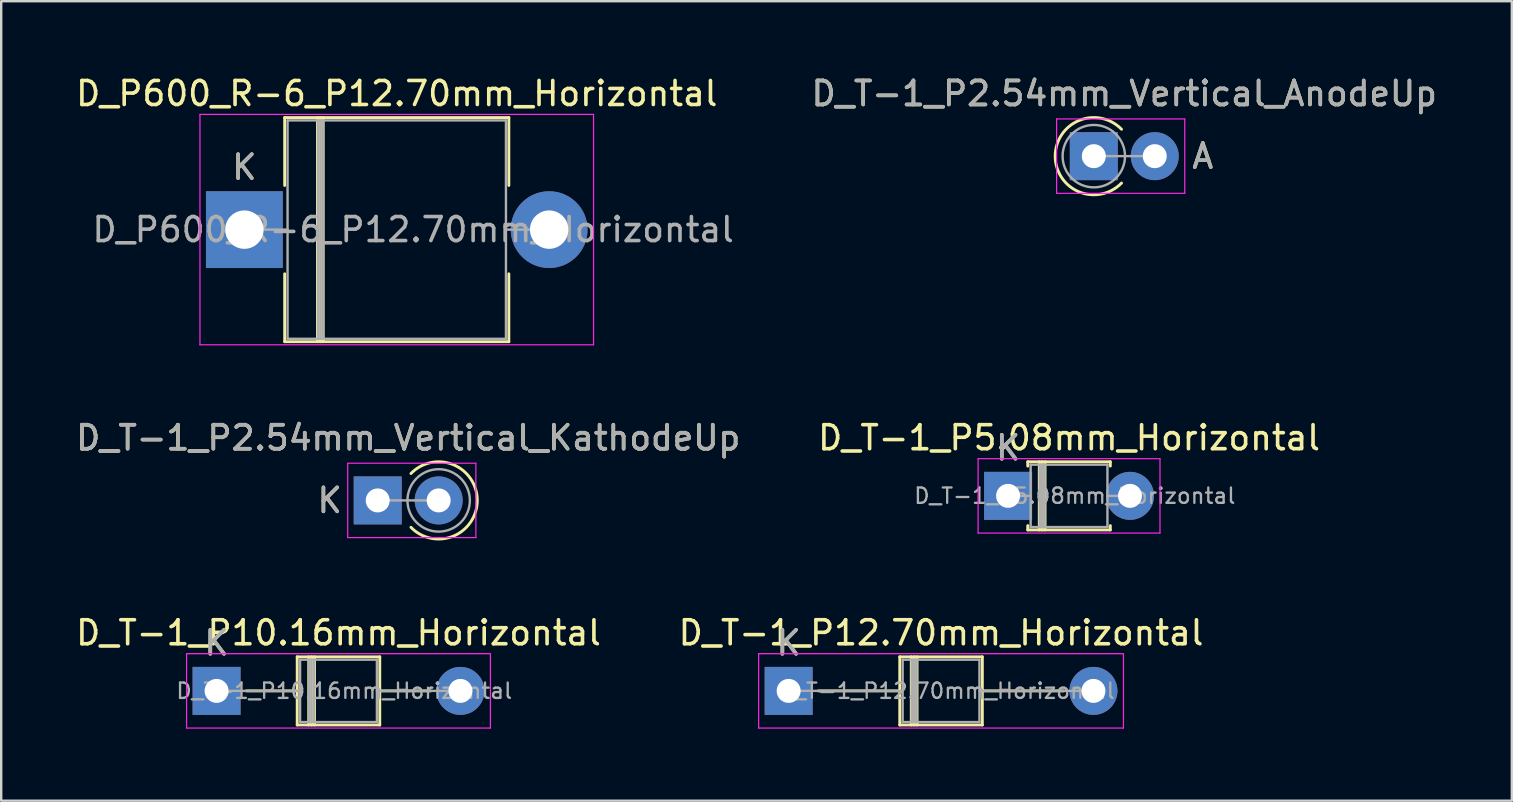
<source format=kicad_pcb>
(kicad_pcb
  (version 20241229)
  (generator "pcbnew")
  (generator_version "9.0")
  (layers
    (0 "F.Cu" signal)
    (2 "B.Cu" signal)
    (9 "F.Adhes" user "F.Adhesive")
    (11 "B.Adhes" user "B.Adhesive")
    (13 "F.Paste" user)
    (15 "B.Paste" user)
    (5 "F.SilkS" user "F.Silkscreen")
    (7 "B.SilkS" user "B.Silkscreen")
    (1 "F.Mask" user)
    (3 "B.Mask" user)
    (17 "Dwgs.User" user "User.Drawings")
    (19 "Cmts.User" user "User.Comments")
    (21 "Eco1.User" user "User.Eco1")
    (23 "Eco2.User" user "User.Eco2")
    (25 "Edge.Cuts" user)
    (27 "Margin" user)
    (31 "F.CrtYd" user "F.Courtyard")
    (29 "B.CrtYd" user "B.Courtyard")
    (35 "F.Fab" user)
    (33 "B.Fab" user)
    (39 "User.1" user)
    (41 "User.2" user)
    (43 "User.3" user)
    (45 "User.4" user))
  (footprint "D_P600_R-6_P12.70mm_Horizontal"
    (layer "F.Cu")
    (at 7.132 6.518)
    (property "Reference" "D_P600_R-6_P12.70mm_Horizontal" (at 6.35 -5.67 0) (layer "F.SilkS") (effects (font (size 1 1) (thickness 0.15))))
    (attr through_hole)
    (fp_line (start 1.68 -4.67) (end 11.02 -4.67) (stroke (width 0.12) (type solid)) (layer "F.SilkS"))
    (fp_line (start 1.68 -1.84) (end 1.68 -4.67) (stroke (width 0.12) (type solid)) (layer "F.SilkS"))
    (fp_line (start 1.68 1.84) (end 1.68 4.67) (stroke (width 0.12) (type solid)) (layer "F.SilkS"))
    (fp_line (start 1.68 4.67) (end 11.02 4.67) (stroke (width 0.12) (type solid)) (layer "F.SilkS"))
    (fp_line (start 3.045 -4.67) (end 3.045 4.67) (stroke (width 0.12) (type solid)) (layer "F.SilkS"))
    (fp_line (start 3.165 -4.67) (end 3.165 4.67) (stroke (width 0.12) (type solid)) (layer "F.SilkS"))
    (fp_line (start 3.285 -4.67) (end 3.285 4.67) (stroke (width 0.12) (type solid)) (layer "F.SilkS"))
    (fp_line (start 11.02 -4.67) (end 11.02 -1.84) (stroke (width 0.12) (type solid)) (layer "F.SilkS"))
    (fp_line (start 11.02 4.67) (end 11.02 1.84) (stroke (width 0.12) (type solid)) (layer "F.SilkS"))
    (fp_line (start -1.85 -4.8) (end -1.85 4.8) (stroke (width 0.05) (type solid)) (layer "F.CrtYd"))
    (fp_line (start -1.85 4.8) (end 14.55 4.8) (stroke (width 0.05) (type solid)) (layer "F.CrtYd"))
    (fp_line (start 14.55 -4.8) (end -1.85 -4.8) (stroke (width 0.05) (type solid)) (layer "F.CrtYd"))
    (fp_line (start 14.55 4.8) (end 14.55 -4.8) (stroke (width 0.05) (type solid)) (layer "F.CrtYd"))
    (fp_line (start 0 0) (end 1.8 0) (stroke (width 0.1) (type solid)) (layer "F.Fab"))
    (fp_line (start 1.8 -4.55) (end 1.8 4.55) (stroke (width 0.1) (type solid)) (layer "F.Fab"))
    (fp_line (start 1.8 4.55) (end 10.9 4.55) (stroke (width 0.1) (type solid)) (layer "F.Fab"))
    (fp_line (start 3.065 -4.55) (end 3.065 4.55) (stroke (width 0.1) (type solid)) (layer "F.Fab"))
    (fp_line (start 3.165 -4.55) (end 3.165 4.55) (stroke (width 0.1) (type solid)) (layer "F.Fab"))
    (fp_line (start 3.265 -4.55) (end 3.265 4.55) (stroke (width 0.1) (type solid)) (layer "F.Fab"))
    (fp_line (start 10.9 -4.55) (end 1.8 -4.55) (stroke (width 0.1) (type solid)) (layer "F.Fab"))
    (fp_line (start 10.9 4.55) (end 10.9 -4.55) (stroke (width 0.1) (type solid)) (layer "F.Fab"))
    (fp_line (start 12.7 0) (end 10.9 0) (stroke (width 0.1) (type solid)) (layer "F.Fab"))
    (fp_text user "K" (at 0 -2.6 0) (layer "F.SilkS") (effects (font (size 1 1) (thickness 0.15))))
    (fp_text user "${REFERENCE}" (at 7.032 0 0) (layer "F.Fab") (effects (font (size 1 1) (thickness 0.15))))
    (fp_text user "K" (at 0 -2.6 0) (layer "F.Fab") (effects (font (size 1 1) (thickness 0.15))))
    (pad "1" thru_hole rect (at 0 0) (size 3.2 3.2) (drill 1.6) (layers "*.Cu" "*.Mask"))
    (pad "2" thru_hole circle (at 12.7 0) (size 3.2 3.2) (drill 1.6) (layers "*.Cu" "*.Mask")))
  (footprint "D_T-1_P10.16mm_Horizontal"
    (layer "F.Cu")
    (at 5.974 25.738)
    (property "Reference" "D_T-1_P10.16mm_Horizontal" (at 5.08 -2.42 0) (layer "F.SilkS") (effects (font (size 1 1) (thickness 0.15))))
    (attr through_hole)
    (fp_line (start 1.24 0) (end 3.36 0) (stroke (width 0.12) (type solid)) (layer "F.SilkS"))
    (fp_line (start 3.36 -1.42) (end 3.36 1.42) (stroke (width 0.12) (type solid)) (layer "F.SilkS"))
    (fp_line (start 3.36 1.42) (end 6.8 1.42) (stroke (width 0.12) (type solid)) (layer "F.SilkS"))
    (fp_line (start 3.84 -1.42) (end 3.84 1.42) (stroke (width 0.12) (type solid)) (layer "F.SilkS"))
    (fp_line (start 3.96 -1.42) (end 3.96 1.42) (stroke (width 0.12) (type solid)) (layer "F.SilkS"))
    (fp_line (start 4.08 -1.42) (end 4.08 1.42) (stroke (width 0.12) (type solid)) (layer "F.SilkS"))
    (fp_line (start 6.8 -1.42) (end 3.36 -1.42) (stroke (width 0.12) (type solid)) (layer "F.SilkS"))
    (fp_line (start 6.8 1.42) (end 6.8 -1.42) (stroke (width 0.12) (type solid)) (layer "F.SilkS"))
    (fp_line (start 8.92 0) (end 6.8 0) (stroke (width 0.12) (type solid)) (layer "F.SilkS"))
    (fp_line (start -1.25 -1.55) (end -1.25 1.55) (stroke (width 0.05) (type solid)) (layer "F.CrtYd"))
    (fp_line (start -1.25 1.55) (end 11.41 1.55) (stroke (width 0.05) (type solid)) (layer "F.CrtYd"))
    (fp_line (start 11.41 -1.55) (end -1.25 -1.55) (stroke (width 0.05) (type solid)) (layer "F.CrtYd"))
    (fp_line (start 11.41 1.55) (end 11.41 -1.55) (stroke (width 0.05) (type solid)) (layer "F.CrtYd"))
    (fp_line (start 0 0) (end 3.48 0) (stroke (width 0.1) (type solid)) (layer "F.Fab"))
    (fp_line (start 3.48 -1.3) (end 3.48 1.3) (stroke (width 0.1) (type solid)) (layer "F.Fab"))
    (fp_line (start 3.48 1.3) (end 6.68 1.3) (stroke (width 0.1) (type solid)) (layer "F.Fab"))
    (fp_line (start 3.86 -1.3) (end 3.86 1.3) (stroke (width 0.1) (type solid)) (layer "F.Fab"))
    (fp_line (start 3.96 -1.3) (end 3.96 1.3) (stroke (width 0.1) (type solid)) (layer "F.Fab"))
    (fp_line (start 4.06 -1.3) (end 4.06 1.3) (stroke (width 0.1) (type solid)) (layer "F.Fab"))
    (fp_line (start 6.68 -1.3) (end 3.48 -1.3) (stroke (width 0.1) (type solid)) (layer "F.Fab"))
    (fp_line (start 6.68 1.3) (end 6.68 -1.3) (stroke (width 0.1) (type solid)) (layer "F.Fab"))
    (fp_line (start 10.16 0) (end 6.68 0) (stroke (width 0.1) (type solid)) (layer "F.Fab"))
    (fp_text user "K" (at 0 -2 0) (layer "F.SilkS") (effects (font (size 1 1) (thickness 0.15))))
    (fp_text user "${REFERENCE}" (at 5.32 0 0) (layer "F.Fab") (effects (font (size 0.64 0.64) (thickness 0.096))))
    (fp_text user "K" (at 0 -2 0) (layer "F.Fab") (effects (font (size 1 1) (thickness 0.15))))
    (pad "1" thru_hole rect (at 0 0) (size 2 2) (drill 1) (layers "*.Cu" "*.Mask"))
    (pad "2" thru_hole circle (at 10.16 0) (size 2 2) (drill 1) (layers "*.Cu" "*.Mask")))
  (footprint "D_T-1_P2.54mm_Vertical_AnodeUp"
    (layer "F.Cu")
    (at 42.526 3.457)
    (property "Reference" "D_T-1_P2.54mm_Vertical_AnodeUp" (at 1.27 -2.609 0) (layer "F.SilkS") (effects (font (size 1 1) (thickness 0.15))))
    (attr through_hole)
    (fp_arc (start 1.155495 1.12) (mid -1.609214 0) (end 1.155495 -1.12) (stroke (width 0.12) (type solid)) (layer "F.SilkS"))
    (fp_line (start -1.55 -1.55) (end -1.55 1.55) (stroke (width 0.05) (type solid)) (layer "F.CrtYd"))
    (fp_line (start -1.55 1.55) (end 3.79 1.55) (stroke (width 0.05) (type solid)) (layer "F.CrtYd"))
    (fp_line (start 3.79 -1.55) (end -1.55 -1.55) (stroke (width 0.05) (type solid)) (layer "F.CrtYd"))
    (fp_line (start 3.79 1.55) (end 3.79 -1.55) (stroke (width 0.05) (type solid)) (layer "F.CrtYd"))
    (fp_line (start 0 0) (end 2.54 0) (stroke (width 0.1) (type solid)) (layer "F.Fab"))
    (fp_circle (center 0 0) (end 1.3 0) (stroke (width 0.1) (type solid)) (fill no) (layer "F.Fab"))
    (fp_text user "A" (at 4.54 0 0) (layer "F.SilkS") (effects (font (size 1 1) (thickness 0.15))))
    (fp_text user "A" (at 4.54 0 0) (layer "F.Fab") (effects (font (size 1 1) (thickness 0.15))))
    (fp_text user "${REFERENCE}" (at 1.27 -2.609 0) (layer "F.Fab") (effects (font (size 1 1) (thickness 0.15))))
    (pad "1" thru_hole rect (at 0 0) (size 2 2) (drill 1) (layers "*.Cu" "*.Mask"))
    (pad "2" thru_hole circle (at 2.54 0) (size 2 2) (drill 1) (layers "*.Cu" "*.Mask")))
  (footprint "D_T-1_P2.54mm_Vertical_KathodeUp"
    (layer "F.Cu")
    (at 12.688 17.801)
    (property "Reference" "D_T-1_P2.54mm_Vertical_KathodeUp" (at 1.27 -2.609 0) (layer "F.SilkS") (effects (font (size 1 1) (thickness 0.15))))
    (attr through_hole)
    (fp_arc (start 1.384505 -1.12) (mid 4.149214 0) (end 1.384505 1.12) (stroke (width 0.12) (type solid)) (layer "F.SilkS"))
    (fp_line (start -1.25 -1.55) (end -1.25 1.55) (stroke (width 0.05) (type solid)) (layer "F.CrtYd"))
    (fp_line (start -1.25 1.55) (end 4.09 1.55) (stroke (width 0.05) (type solid)) (layer "F.CrtYd"))
    (fp_line (start 4.09 -1.55) (end -1.25 -1.55) (stroke (width 0.05) (type solid)) (layer "F.CrtYd"))
    (fp_line (start 4.09 1.55) (end 4.09 -1.55) (stroke (width 0.05) (type solid)) (layer "F.CrtYd"))
    (fp_line (start 0 0) (end 2.54 0) (stroke (width 0.1) (type solid)) (layer "F.Fab"))
    (fp_circle (center 2.54 0) (end 3.84 0) (stroke (width 0.1) (type solid)) (fill no) (layer "F.Fab"))
    (fp_text user "K" (at -2 0 0) (layer "F.SilkS") (effects (font (size 1 1) (thickness 0.15))))
    (fp_text user "K" (at -2 0 0) (layer "F.Fab") (effects (font (size 1 1) (thickness 0.15))))
    (fp_text user "${REFERENCE}" (at 1.27 -2.609 0) (layer "F.Fab") (effects (font (size 1 1) (thickness 0.15))))
    (pad "1" thru_hole rect (at 0 0) (size 2 2) (drill 1) (layers "*.Cu" "*.Mask"))
    (pad "2" thru_hole circle (at 2.54 0) (size 2 2) (drill 1) (layers "*.Cu" "*.Mask")))
  (footprint "D_T-1_P12.70mm_Horizontal"
    (layer "F.Cu")
    (at 29.811 25.738)
    (property "Reference" "D_T-1_P12.70mm_Horizontal" (at 6.35 -2.42 0) (layer "F.SilkS") (effects (font (size 1 1) (thickness 0.15))))
    (attr through_hole)
    (fp_line (start 1.24 0) (end 4.63 0) (stroke (width 0.12) (type solid)) (layer "F.SilkS"))
    (fp_line (start 4.63 -1.42) (end 4.63 1.42) (stroke (width 0.12) (type solid)) (layer "F.SilkS"))
    (fp_line (start 4.63 1.42) (end 8.07 1.42) (stroke (width 0.12) (type solid)) (layer "F.SilkS"))
    (fp_line (start 5.11 -1.42) (end 5.11 1.42) (stroke (width 0.12) (type solid)) (layer "F.SilkS"))
    (fp_line (start 5.23 -1.42) (end 5.23 1.42) (stroke (width 0.12) (type solid)) (layer "F.SilkS"))
    (fp_line (start 5.35 -1.42) (end 5.35 1.42) (stroke (width 0.12) (type solid)) (layer "F.SilkS"))
    (fp_line (start 8.07 -1.42) (end 4.63 -1.42) (stroke (width 0.12) (type solid)) (layer "F.SilkS"))
    (fp_line (start 8.07 1.42) (end 8.07 -1.42) (stroke (width 0.12) (type solid)) (layer "F.SilkS"))
    (fp_line (start 11.46 0) (end 8.07 0) (stroke (width 0.12) (type solid)) (layer "F.SilkS"))
    (fp_line (start -1.25 -1.55) (end -1.25 1.55) (stroke (width 0.05) (type solid)) (layer "F.CrtYd"))
    (fp_line (start -1.25 1.55) (end 13.95 1.55) (stroke (width 0.05) (type solid)) (layer "F.CrtYd"))
    (fp_line (start 13.95 -1.55) (end -1.25 -1.55) (stroke (width 0.05) (type solid)) (layer "F.CrtYd"))
    (fp_line (start 13.95 1.55) (end 13.95 -1.55) (stroke (width 0.05) (type solid)) (layer "F.CrtYd"))
    (fp_line (start 0 0) (end 4.75 0) (stroke (width 0.1) (type solid)) (layer "F.Fab"))
    (fp_line (start 4.75 -1.3) (end 4.75 1.3) (stroke (width 0.1) (type solid)) (layer "F.Fab"))
    (fp_line (start 4.75 1.3) (end 7.95 1.3) (stroke (width 0.1) (type solid)) (layer "F.Fab"))
    (fp_line (start 5.13 -1.3) (end 5.13 1.3) (stroke (width 0.1) (type solid)) (layer "F.Fab"))
    (fp_line (start 5.23 -1.3) (end 5.23 1.3) (stroke (width 0.1) (type solid)) (layer "F.Fab"))
    (fp_line (start 5.33 -1.3) (end 5.33 1.3) (stroke (width 0.1) (type solid)) (layer "F.Fab"))
    (fp_line (start 7.95 -1.3) (end 4.75 -1.3) (stroke (width 0.1) (type solid)) (layer "F.Fab"))
    (fp_line (start 7.95 1.3) (end 7.95 -1.3) (stroke (width 0.1) (type solid)) (layer "F.Fab"))
    (fp_line (start 12.7 0) (end 7.95 0) (stroke (width 0.1) (type solid)) (layer "F.Fab"))
    (fp_text user "K" (at 0 -2 0) (layer "F.SilkS") (effects (font (size 1 1) (thickness 0.15))))
    (fp_text user "K" (at 0 -2 0) (layer "F.Fab") (effects (font (size 1 1) (thickness 0.15))))
    (fp_text user "${REFERENCE}" (at 6.59 0 0) (layer "F.Fab") (effects (font (size 0.64 0.64) (thickness 0.096))))
    (pad "1" thru_hole rect (at 0 0) (size 2 2) (drill 1) (layers "*.Cu" "*.Mask"))
    (pad "2" thru_hole circle (at 12.7 0) (size 2 2) (drill 1) (layers "*.Cu" "*.Mask")))
  (footprint "D_T-1_P5.08mm_Horizontal"
    (layer "F.Cu")
    (at 38.954 17.611)
    (property "Reference" "D_T-1_P5.08mm_Horizontal" (at 2.54 -2.42 0) (layer "F.SilkS") (effects (font (size 1 1) (thickness 0.15))))
    (attr through_hole)
    (fp_line (start 0.82 -1.42) (end 4.26 -1.42) (stroke (width 0.12) (type solid)) (layer "F.SilkS"))
    (fp_line (start 0.82 -1.24) (end 0.82 -1.42) (stroke (width 0.12) (type solid)) (layer "F.SilkS"))
    (fp_line (start 0.82 1.24) (end 0.82 1.42) (stroke (width 0.12) (type solid)) (layer "F.SilkS"))
    (fp_line (start 0.82 1.42) (end 4.26 1.42) (stroke (width 0.12) (type solid)) (layer "F.SilkS"))
    (fp_line (start 1.3 -1.42) (end 1.3 1.42) (stroke (width 0.12) (type solid)) (layer "F.SilkS"))
    (fp_line (start 1.42 -1.42) (end 1.42 1.42) (stroke (width 0.12) (type solid)) (layer "F.SilkS"))
    (fp_line (start 1.54 -1.42) (end 1.54 1.42) (stroke (width 0.12) (type solid)) (layer "F.SilkS"))
    (fp_line (start 4.26 -1.42) (end 4.26 -1.24) (stroke (width 0.12) (type solid)) (layer "F.SilkS"))
    (fp_line (start 4.26 1.42) (end 4.26 1.24) (stroke (width 0.12) (type solid)) (layer "F.SilkS"))
    (fp_line (start -1.25 -1.55) (end -1.25 1.55) (stroke (width 0.05) (type solid)) (layer "F.CrtYd"))
    (fp_line (start -1.25 1.55) (end 6.33 1.55) (stroke (width 0.05) (type solid)) (layer "F.CrtYd"))
    (fp_line (start 6.33 -1.55) (end -1.25 -1.55) (stroke (width 0.05) (type solid)) (layer "F.CrtYd"))
    (fp_line (start 6.33 1.55) (end 6.33 -1.55) (stroke (width 0.05) (type solid)) (layer "F.CrtYd"))
    (fp_line (start 0 0) (end 0.94 0) (stroke (width 0.1) (type solid)) (layer "F.Fab"))
    (fp_line (start 0.94 -1.3) (end 0.94 1.3) (stroke (width 0.1) (type solid)) (layer "F.Fab"))
    (fp_line (start 0.94 1.3) (end 4.14 1.3) (stroke (width 0.1) (type solid)) (layer "F.Fab"))
    (fp_line (start 1.32 -1.3) (end 1.32 1.3) (stroke (width 0.1) (type solid)) (layer "F.Fab"))
    (fp_line (start 1.42 -1.3) (end 1.42 1.3) (stroke (width 0.1) (type solid)) (layer "F.Fab"))
    (fp_line (start 1.52 -1.3) (end 1.52 1.3) (stroke (width 0.1) (type solid)) (layer "F.Fab"))
    (fp_line (start 4.14 -1.3) (end 0.94 -1.3) (stroke (width 0.1) (type solid)) (layer "F.Fab"))
    (fp_line (start 4.14 1.3) (end 4.14 -1.3) (stroke (width 0.1) (type solid)) (layer "F.Fab"))
    (fp_line (start 5.08 0) (end 4.14 0) (stroke (width 0.1) (type solid)) (layer "F.Fab"))
    (fp_text user "K" (at 0 -2 0) (layer "F.SilkS") (effects (font (size 1 1) (thickness 0.15))))
    (fp_text user "${REFERENCE}" (at 2.78 0 0) (layer "F.Fab") (effects (font (size 0.64 0.64) (thickness 0.096))))
    (fp_text user "K" (at 0 -2 0) (layer "F.Fab") (effects (font (size 1 1) (thickness 0.15))))
    (pad "1" thru_hole rect (at 0 0) (size 2 2) (drill 1) (layers "*.Cu" "*.Mask"))
    (pad "2" thru_hole circle (at 5.08 0) (size 2 2) (drill 1) (layers "*.Cu" "*.Mask")))
  (gr_rect
    (start -3 -3)
    (end 59.944 30.313)
    (stroke (width 0.1) (type default))
    (fill no)
    (layer "Edge.Cuts")))
</source>
